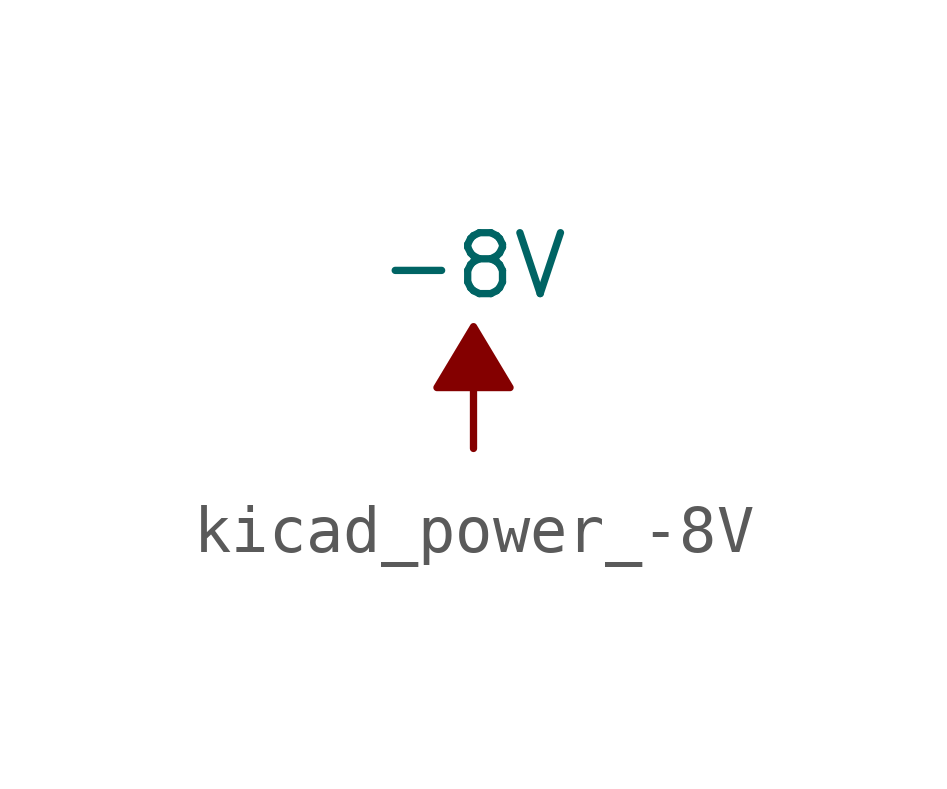
<source format=kicad_sym>
(kicad_symbol_lib
  (version 20220914)
  (generator kicad_symbol_editor)
  (symbol "kicad_power_-8V"
    (power)
    (pin_names
      (offset 0))
    (property "Reference" "#PWR"
      (at 0 2.54 0)
      (effects (font (size 1.27 1.27)) hide))
    (property "Value" "-8V"
      (at 0 3.81 0)
      (effects (font (size 1.27 1.27))))
    (symbol "kicad_power_-8V_0_0"
      (pin power_in line (at 0 0 90) (length 0) hide (name "-8V" (effects (font (size 1.27 1.27)))) (number "1" (effects (font (size 1.27 1.27))))))
    (symbol "kicad_power_-8V_0_1"
      (polyline (pts (xy 0 0) (xy 0 1.27) (xy 0.762 1.27) (xy 0 2.54) (xy -0.762 1.27) (xy 0 1.27)) (stroke (width 0) (type default)) (fill (type outline))))))
</source>
